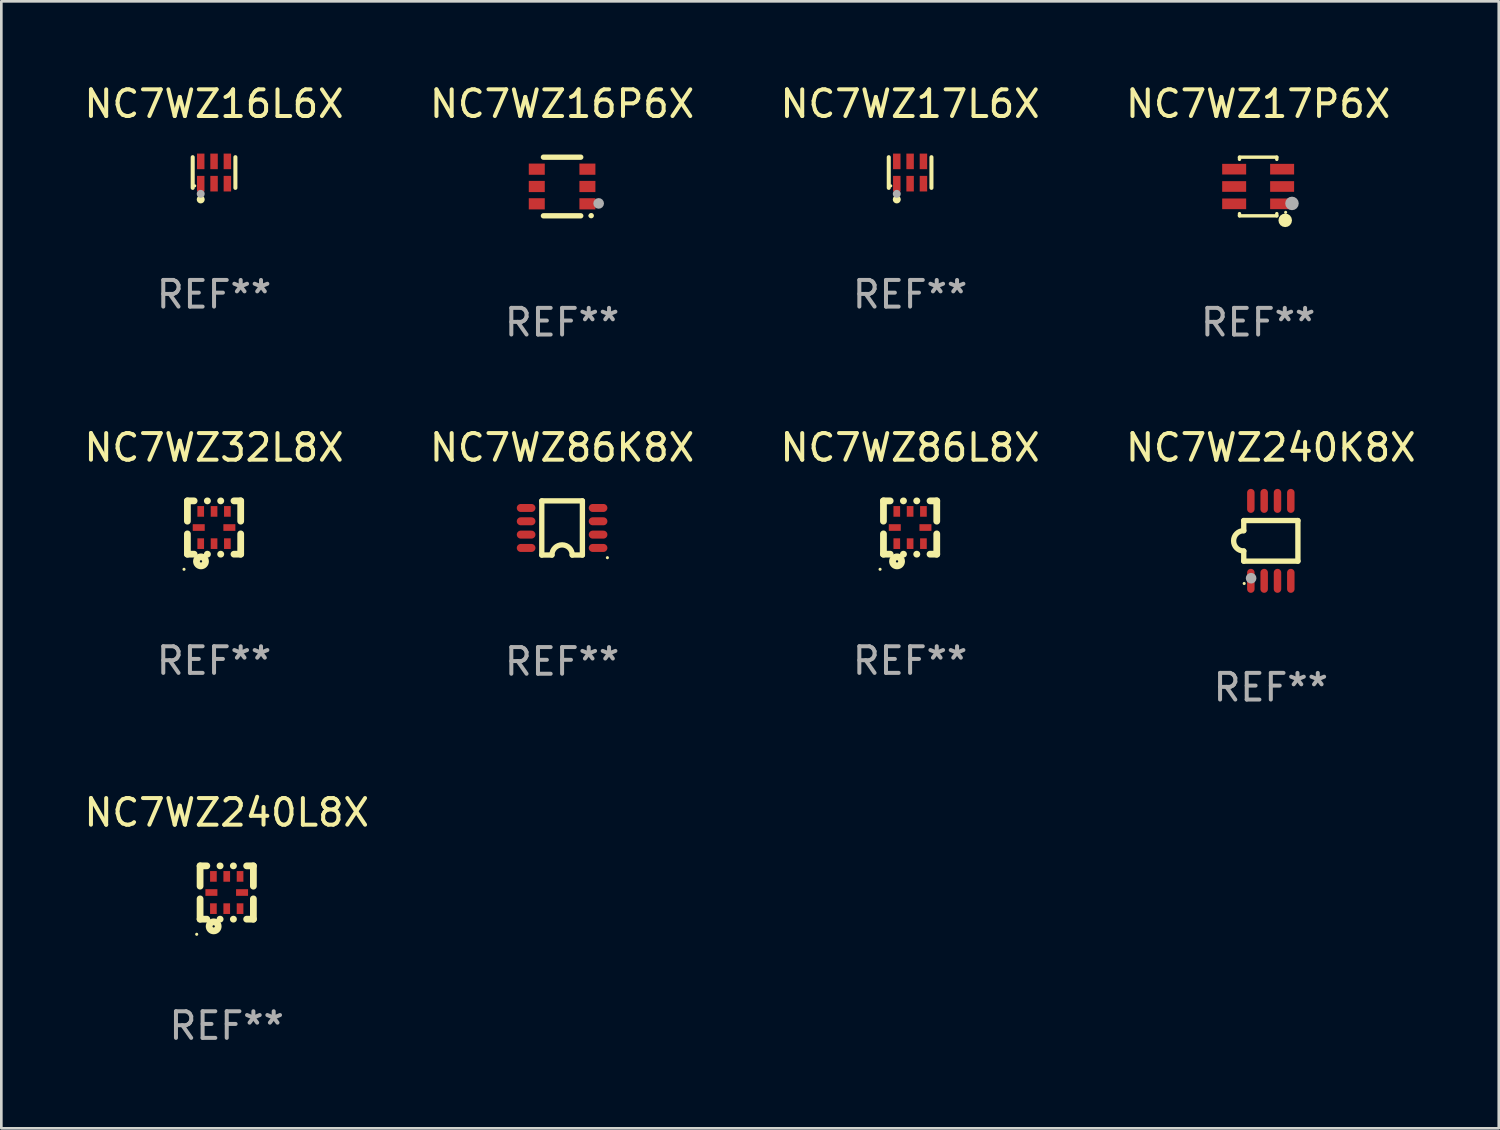
<source format=kicad_pcb>
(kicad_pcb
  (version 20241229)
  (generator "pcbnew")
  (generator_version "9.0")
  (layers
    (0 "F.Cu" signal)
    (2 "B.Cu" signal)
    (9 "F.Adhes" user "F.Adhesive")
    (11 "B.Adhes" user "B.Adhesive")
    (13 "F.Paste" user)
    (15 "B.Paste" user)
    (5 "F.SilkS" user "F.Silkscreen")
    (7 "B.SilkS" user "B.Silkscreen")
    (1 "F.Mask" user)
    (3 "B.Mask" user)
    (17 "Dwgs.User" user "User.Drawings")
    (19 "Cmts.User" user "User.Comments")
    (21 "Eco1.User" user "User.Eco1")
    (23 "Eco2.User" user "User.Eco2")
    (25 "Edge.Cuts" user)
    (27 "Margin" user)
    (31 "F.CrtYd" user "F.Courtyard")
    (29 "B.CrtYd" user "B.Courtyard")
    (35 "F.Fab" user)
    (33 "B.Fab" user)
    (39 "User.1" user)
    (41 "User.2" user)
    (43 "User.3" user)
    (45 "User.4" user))
  (footprint "NC7WZ17P6X"
    (layer "F.Cu")
    (at 44.161 3.948)
    (property "Reference" "NC7WZ17P6X" (at 0 -3.1 0) (layer "F.SilkS") (effects (font (size 1 1) (thickness 0.15))))
    (attr through_hole)
    (fp_line (start -0.7 -1.018) (end -0.7 -1.1) (stroke (width 0.127) (type solid)) (layer "F.SilkS"))
    (fp_line (start -0.7 1.1) (end -0.7 1.018) (stroke (width 0.127) (type solid)) (layer "F.SilkS"))
    (fp_line (start 0.7 -1.1) (end -0.7 -1.1) (stroke (width 0.127) (type solid)) (layer "F.SilkS"))
    (fp_line (start 0.7 -1.018) (end 0.7 -1.1) (stroke (width 0.127) (type solid)) (layer "F.SilkS"))
    (fp_line (start 0.7 1.1) (end -0.7 1.1) (stroke (width 0.127) (type solid)) (layer "F.SilkS"))
    (fp_line (start 0.7 1.1) (end 0.7 1.018) (stroke (width 0.127) (type solid)) (layer "F.SilkS"))
    (fp_circle (center 1.016 1.27) (end 1.143 1.27) (stroke (width 0.254) (type solid)) (fill no) (layer "F.SilkS"))
    (fp_circle (center 1.032 0.97) (end 1.062 0.97) (stroke (width 0.06) (type solid)) (fill no) (layer "F.SilkS"))
    (fp_circle (center 1.27 0.635) (end 1.397 0.635) (stroke (width 0.254) (type solid)) (fill no) (layer "F.Fab"))
    (fp_text user "REF**" (at 0 5.1 0) (layer "F.Fab") (effects (font (size 1 1) (thickness 0.15))))
    (pad "1" smd rect (at 0.9 0.65 90) (size 0.4 0.9) (layers "F.Cu" "F.Mask" "F.Paste"))
    (pad "2" smd rect (at 0.9 -0.000102 90) (size 0.4 0.9) (layers "F.Cu" "F.Mask" "F.Paste"))
    (pad "3" smd rect (at 0.9 -0.65 90) (size 0.4 0.9) (layers "F.Cu" "F.Mask" "F.Paste"))
    (pad "4" smd rect (at -0.9 -0.65 90) (size 0.4 0.9) (layers "F.Cu" "F.Mask" "F.Paste"))
    (pad "5" smd rect (at -0.9 -0.000102 90) (size 0.4 0.9) (layers "F.Cu" "F.Mask" "F.Paste"))
    (pad "6" smd rect (at -0.9 0.65 90) (size 0.4 0.9) (layers "F.Cu" "F.Mask" "F.Paste")))
  (footprint "NC7WZ32L8X"
    (layer "F.Cu")
    (at 4.982 16.745)
    (property "Reference" "NC7WZ32L8X" (at 0 -3 0) (layer "F.SilkS") (effects (font (size 1 1) (thickness 0.15))))
    (attr through_hole)
    (fp_line (start -1 -1) (end -0.747 -1) (stroke (width 0.254) (type solid)) (layer "F.SilkS"))
    (fp_line (start -1 -0.238) (end -1 -1) (stroke (width 0.254) (type solid)) (layer "F.SilkS"))
    (fp_line (start -1 1) (end -1 0.238) (stroke (width 0.254) (type solid)) (layer "F.SilkS"))
    (fp_line (start -0.747 1) (end -1 1) (stroke (width 0.254) (type solid)) (layer "F.SilkS"))
    (fp_line (start -0.253 -1) (end -0.247 -1) (stroke (width 0.254) (type solid)) (layer "F.SilkS"))
    (fp_line (start -0.247 1) (end -0.253 1) (stroke (width 0.254) (type solid)) (layer "F.SilkS"))
    (fp_line (start 0.247 -1) (end 0.253 -1) (stroke (width 0.254) (type solid)) (layer "F.SilkS"))
    (fp_line (start 0.253 1) (end 0.247 1) (stroke (width 0.254) (type solid)) (layer "F.SilkS"))
    (fp_line (start 0.747 -1) (end 1 -1) (stroke (width 0.254) (type solid)) (layer "F.SilkS"))
    (fp_line (start 1 -1) (end 1 -0.238) (stroke (width 0.254) (type solid)) (layer "F.SilkS"))
    (fp_line (start 1 0.238) (end 1 1) (stroke (width 0.254) (type solid)) (layer "F.SilkS"))
    (fp_line (start 1 1) (end 0.747 1) (stroke (width 0.254) (type solid)) (layer "F.SilkS"))
    (fp_circle (center -1.127 1.567) (end -1.097 1.567) (stroke (width 0.06) (type solid)) (fill no) (layer "F.SilkS"))
    (fp_circle (center -0.49 1.27) (end -0.32 1.27) (stroke (width 0.254) (type solid)) (fill no) (layer "F.SilkS"))
    (fp_text user "REF**" (at 0 5 0) (layer "F.Fab") (effects (font (size 1 1) (thickness 0.15))))
    (pad "1" smd rect (at -0.5 0.605 90) (size 0.4 0.25) (layers "F.Cu" "F.Mask" "F.Paste"))
    (pad "2" smd rect (at 0 0.605 90) (size 0.4 0.25) (layers "F.Cu" "F.Mask" "F.Paste"))
    (pad "3" smd rect (at 0.5 0.605 90) (size 0.4 0.25) (layers "F.Cu" "F.Mask" "F.Paste"))
    (pad "4" smd rect (at 0.575 0 180) (size 0.45 0.25) (layers "F.Cu" "F.Mask" "F.Paste"))
    (pad "5" smd rect (at 0.5 -0.605 270) (size 0.4 0.25) (layers "F.Cu" "F.Mask" "F.Paste"))
    (pad "6" smd rect (at 0 -0.605 270) (size 0.4 0.25) (layers "F.Cu" "F.Mask" "F.Paste"))
    (pad "7" smd rect (at -0.5 -0.605 270) (size 0.4 0.25) (layers "F.Cu" "F.Mask" "F.Paste"))
    (pad "8" smd rect (at -0.575 0) (size 0.45 0.25) (layers "F.Cu" "F.Mask" "F.Paste")))
  (footprint "NC7WZ16L6X"
    (layer "F.Cu")
    (at 4.982 3.424)
    (property "Reference" "NC7WZ16L6X" (at 0 -2.576 0) (layer "F.SilkS") (effects (font (size 1 1) (thickness 0.15))))
    (attr through_hole)
    (fp_line (start -0.801 0.576) (end -0.801 -0.576) (stroke (width 0.152) (type solid)) (layer "F.SilkS"))
    (fp_line (start 0.801 0.576) (end 0.801 -0.576) (stroke (width 0.152) (type solid)) (layer "F.SilkS"))
    (fp_circle (center -0.725 0.5) (end -0.695 0.5) (stroke (width 0.06) (type solid)) (fill no) (layer "F.SilkS"))
    (fp_circle (center -0.5 1.01) (end -0.425 1.01) (stroke (width 0.15) (type solid)) (fill no) (layer "F.SilkS"))
    (fp_circle (center -0.5 0.8) (end -0.425 0.8) (stroke (width 0.15) (type solid)) (fill no) (layer "F.Fab"))
    (fp_text user "REF**" (at 0 4.576 0) (layer "F.Fab") (effects (font (size 1 1) (thickness 0.15))))
    (pad "1" smd rect (at -0.5 0.418) (size 0.28 0.585) (layers "F.Cu" "F.Mask" "F.Paste"))
    (pad "2" smd rect (at 0 0.418) (size 0.28 0.585) (layers "F.Cu" "F.Mask" "F.Paste"))
    (pad "3" smd rect (at 0.5 0.418) (size 0.28 0.585) (layers "F.Cu" "F.Mask" "F.Paste"))
    (pad "4" smd rect (at 0.5 -0.418) (size 0.28 0.585) (layers "F.Cu" "F.Mask" "F.Paste"))
    (pad "5" smd rect (at 0 -0.418) (size 0.28 0.585) (layers "F.Cu" "F.Mask" "F.Paste"))
    (pad "6" smd rect (at -0.5 -0.418) (size 0.28 0.585) (layers "F.Cu" "F.Mask" "F.Paste")))
  (footprint "NC7WZ240L8X"
    (layer "F.Cu")
    (at 5.458 30.441)
    (property "Reference" "NC7WZ240L8X" (at 0 -3 0) (layer "F.SilkS") (effects (font (size 1 1) (thickness 0.15))))
    (attr through_hole)
    (fp_line (start -1 -1) (end -0.747 -1) (stroke (width 0.254) (type solid)) (layer "F.SilkS"))
    (fp_line (start -1 -0.238) (end -1 -1) (stroke (width 0.254) (type solid)) (layer "F.SilkS"))
    (fp_line (start -1 1) (end -1 0.238) (stroke (width 0.254) (type solid)) (layer "F.SilkS"))
    (fp_line (start -0.747 1) (end -1 1) (stroke (width 0.254) (type solid)) (layer "F.SilkS"))
    (fp_line (start -0.253 -1) (end -0.247 -1) (stroke (width 0.254) (type solid)) (layer "F.SilkS"))
    (fp_line (start -0.247 1) (end -0.253 1) (stroke (width 0.254) (type solid)) (layer "F.SilkS"))
    (fp_line (start 0.247 -1) (end 0.253 -1) (stroke (width 0.254) (type solid)) (layer "F.SilkS"))
    (fp_line (start 0.253 1) (end 0.247 1) (stroke (width 0.254) (type solid)) (layer "F.SilkS"))
    (fp_line (start 0.747 -1) (end 1 -1) (stroke (width 0.254) (type solid)) (layer "F.SilkS"))
    (fp_line (start 1 -1) (end 1 -0.238) (stroke (width 0.254) (type solid)) (layer "F.SilkS"))
    (fp_line (start 1 0.238) (end 1 1) (stroke (width 0.254) (type solid)) (layer "F.SilkS"))
    (fp_line (start 1 1) (end 0.747 1) (stroke (width 0.254) (type solid)) (layer "F.SilkS"))
    (fp_circle (center -1.127 1.567) (end -1.097 1.567) (stroke (width 0.06) (type solid)) (fill no) (layer "F.SilkS"))
    (fp_circle (center -0.49 1.27) (end -0.32 1.27) (stroke (width 0.254) (type solid)) (fill no) (layer "F.SilkS"))
    (fp_text user "REF**" (at 0 5 0) (layer "F.Fab") (effects (font (size 1 1) (thickness 0.15))))
    (pad "1" smd rect (at -0.5 0.605 90) (size 0.4 0.25) (layers "F.Cu" "F.Mask" "F.Paste"))
    (pad "2" smd rect (at 0 0.605 90) (size 0.4 0.25) (layers "F.Cu" "F.Mask" "F.Paste"))
    (pad "3" smd rect (at 0.5 0.605 90) (size 0.4 0.25) (layers "F.Cu" "F.Mask" "F.Paste"))
    (pad "4" smd rect (at 0.575 0 180) (size 0.45 0.25) (layers "F.Cu" "F.Mask" "F.Paste"))
    (pad "5" smd rect (at 0.5 -0.605 270) (size 0.4 0.25) (layers "F.Cu" "F.Mask" "F.Paste"))
    (pad "6" smd rect (at 0 -0.605 270) (size 0.4 0.25) (layers "F.Cu" "F.Mask" "F.Paste"))
    (pad "7" smd rect (at -0.5 -0.605 270) (size 0.4 0.25) (layers "F.Cu" "F.Mask" "F.Paste"))
    (pad "8" smd rect (at -0.575 0) (size 0.45 0.25) (layers "F.Cu" "F.Mask" "F.Paste")))
  (footprint "NC7WZ240K8X"
    (layer "F.Cu")
    (at 44.637 17.245)
    (property "Reference" "NC7WZ240K8X" (at 0 -3.5 0) (layer "F.SilkS") (effects (font (size 1 1) (thickness 0.15))))
    (attr through_hole)
    (fp_line (start -1.016 -0.762) (end 1.016 -0.762) (stroke (width 0.2) (type solid)) (layer "F.SilkS"))
    (fp_line (start -1.016 -0.381) (end -1.016 -0.762) (stroke (width 0.2) (type solid)) (layer "F.SilkS"))
    (fp_line (start -1.016 0.762) (end -1.016 0.381) (stroke (width 0.2) (type solid)) (layer "F.SilkS"))
    (fp_line (start 1.016 -0.762) (end 1.016 0.762) (stroke (width 0.2) (type solid)) (layer "F.SilkS"))
    (fp_line (start 1.016 0.762) (end -1.016 0.762) (stroke (width 0.2) (type solid)) (layer "F.SilkS"))
    (fp_arc (start -1.016002 0.381001) (mid -1.396698 -0.000025) (end -1.016002 -0.381051) (stroke (width 0.2) (type solid)) (layer "F.SilkS"))
    (fp_circle (center -1 1.6) (end -0.97 1.6) (stroke (width 0.06) (type solid)) (fill no) (layer "F.SilkS"))
    (fp_circle (center -0.74 1.402) (end -0.64 1.402) (stroke (width 0.2) (type solid)) (fill no) (layer "F.Fab"))
    (fp_text user "REF**" (at 0 5.5 0) (layer "F.Fab") (effects (font (size 1 1) (thickness 0.15))))
    (pad "1" smd oval (at -0.75 1.5) (size 0.28 0.9) (layers "F.Cu" "F.Mask" "F.Paste"))
    (pad "2" smd oval (at -0.25 1.5) (size 0.28 0.9) (layers "F.Cu" "F.Mask" "F.Paste"))
    (pad "3" smd oval (at 0.25 1.5) (size 0.28 0.9) (layers "F.Cu" "F.Mask" "F.Paste"))
    (pad "4" smd oval (at 0.75 1.5) (size 0.28 0.9) (layers "F.Cu" "F.Mask" "F.Paste"))
    (pad "5" smd oval (at 0.75 -1.5) (size 0.28 0.9) (layers "F.Cu" "F.Mask" "F.Paste"))
    (pad "6" smd oval (at 0.25 -1.5) (size 0.28 0.9) (layers "F.Cu" "F.Mask" "F.Paste"))
    (pad "7" smd oval (at -0.25 -1.5) (size 0.28 0.9) (layers "F.Cu" "F.Mask" "F.Paste"))
    (pad "8" smd oval (at -0.75 -1.5) (size 0.28 0.9) (layers "F.Cu" "F.Mask" "F.Paste")))
  (footprint "NC7WZ17L6X"
    (layer "F.Cu")
    (at 31.101 3.424)
    (property "Reference" "NC7WZ17L6X" (at 0 -2.576 0) (layer "F.SilkS") (effects (font (size 1 1) (thickness 0.15))))
    (attr through_hole)
    (fp_line (start -0.801 0.576) (end -0.801 -0.576) (stroke (width 0.152) (type solid)) (layer "F.SilkS"))
    (fp_line (start 0.801 0.576) (end 0.801 -0.576) (stroke (width 0.152) (type solid)) (layer "F.SilkS"))
    (fp_circle (center -0.725 0.5) (end -0.695 0.5) (stroke (width 0.06) (type solid)) (fill no) (layer "F.SilkS"))
    (fp_circle (center -0.5 1.01) (end -0.425 1.01) (stroke (width 0.15) (type solid)) (fill no) (layer "F.SilkS"))
    (fp_circle (center -0.5 0.8) (end -0.425 0.8) (stroke (width 0.15) (type solid)) (fill no) (layer "F.Fab"))
    (fp_text user "REF**" (at 0 4.576 0) (layer "F.Fab") (effects (font (size 1 1) (thickness 0.15))))
    (pad "1" smd rect (at -0.5 0.418) (size 0.28 0.585) (layers "F.Cu" "F.Mask" "F.Paste"))
    (pad "2" smd rect (at 0 0.418) (size 0.28 0.585) (layers "F.Cu" "F.Mask" "F.Paste"))
    (pad "3" smd rect (at 0.5 0.418) (size 0.28 0.585) (layers "F.Cu" "F.Mask" "F.Paste"))
    (pad "4" smd rect (at 0.5 -0.418) (size 0.28 0.585) (layers "F.Cu" "F.Mask" "F.Paste"))
    (pad "5" smd rect (at 0 -0.418) (size 0.28 0.585) (layers "F.Cu" "F.Mask" "F.Paste"))
    (pad "6" smd rect (at -0.5 -0.418) (size 0.28 0.585) (layers "F.Cu" "F.Mask" "F.Paste")))
  (footprint "NC7WZ16P6X"
    (layer "F.Cu")
    (at 18.042 3.948)
    (property "Reference" "NC7WZ16P6X" (at 0 -3.1 0) (layer "F.SilkS") (effects (font (size 1 1) (thickness 0.15))))
    (attr through_hole)
    (fp_line (start -0.7 -1.1) (end 0.7 -1.1) (stroke (width 0.2) (type solid)) (layer "F.SilkS"))
    (fp_line (start -0.7 1.1) (end 0.7 1.1) (stroke (width 0.2) (type solid)) (layer "F.SilkS"))
    (fp_arc (start 1.090932 1.094209) (mid 1.092202 1.094203) (end 1.093472 1.094209) (stroke (width 0.2) (type solid)) (layer "F.SilkS"))
    (fp_circle (center 1.053 1.1) (end 1.083 1.1) (stroke (width 0.06) (type solid)) (fill no) (layer "F.SilkS"))
    (fp_circle (center 1.372 0.635) (end 1.472 0.635) (stroke (width 0.2) (type solid)) (fill no) (layer "F.Fab"))
    (fp_text user "REF**" (at 0 5.1 0) (layer "F.Fab") (effects (font (size 1 1) (thickness 0.15))))
    (pad "1" smd rect (at 0.95 0.65 90) (size 0.42 0.6) (layers "F.Cu" "F.Mask" "F.Paste"))
    (pad "2" smd rect (at 0.95 0 90) (size 0.42 0.6) (layers "F.Cu" "F.Mask" "F.Paste"))
    (pad "3" smd rect (at 0.95 -0.65 90) (size 0.42 0.6) (layers "F.Cu" "F.Mask" "F.Paste"))
    (pad "4" smd rect (at -0.95 -0.65 270) (size 0.42 0.6) (layers "F.Cu" "F.Mask" "F.Paste"))
    (pad "5" smd rect (at -0.95 0 270) (size 0.42 0.6) (layers "F.Cu" "F.Mask" "F.Paste"))
    (pad "6" smd rect (at -0.95 0.65 270) (size 0.42 0.6) (layers "F.Cu" "F.Mask" "F.Paste")))
  (footprint "NC7WZ86L8X"
    (layer "F.Cu")
    (at 31.101 16.745)
    (property "Reference" "NC7WZ86L8X" (at 0 -3 0) (layer "F.SilkS") (effects (font (size 1 1) (thickness 0.15))))
    (attr through_hole)
    (fp_line (start -1 -1) (end -0.747 -1) (stroke (width 0.254) (type solid)) (layer "F.SilkS"))
    (fp_line (start -1 -0.238) (end -1 -1) (stroke (width 0.254) (type solid)) (layer "F.SilkS"))
    (fp_line (start -1 1) (end -1 0.238) (stroke (width 0.254) (type solid)) (layer "F.SilkS"))
    (fp_line (start -0.747 1) (end -1 1) (stroke (width 0.254) (type solid)) (layer "F.SilkS"))
    (fp_line (start -0.253 -1) (end -0.247 -1) (stroke (width 0.254) (type solid)) (layer "F.SilkS"))
    (fp_line (start -0.247 1) (end -0.253 1) (stroke (width 0.254) (type solid)) (layer "F.SilkS"))
    (fp_line (start 0.247 -1) (end 0.253 -1) (stroke (width 0.254) (type solid)) (layer "F.SilkS"))
    (fp_line (start 0.253 1) (end 0.247 1) (stroke (width 0.254) (type solid)) (layer "F.SilkS"))
    (fp_line (start 0.747 -1) (end 1 -1) (stroke (width 0.254) (type solid)) (layer "F.SilkS"))
    (fp_line (start 1 -1) (end 1 -0.238) (stroke (width 0.254) (type solid)) (layer "F.SilkS"))
    (fp_line (start 1 0.238) (end 1 1) (stroke (width 0.254) (type solid)) (layer "F.SilkS"))
    (fp_line (start 1 1) (end 0.747 1) (stroke (width 0.254) (type solid)) (layer "F.SilkS"))
    (fp_circle (center -1.127 1.567) (end -1.097 1.567) (stroke (width 0.06) (type solid)) (fill no) (layer "F.SilkS"))
    (fp_circle (center -0.49 1.27) (end -0.32 1.27) (stroke (width 0.254) (type solid)) (fill no) (layer "F.SilkS"))
    (fp_text user "REF**" (at 0 5 0) (layer "F.Fab") (effects (font (size 1 1) (thickness 0.15))))
    (pad "1" smd rect (at -0.5 0.605 90) (size 0.4 0.25) (layers "F.Cu" "F.Mask" "F.Paste"))
    (pad "2" smd rect (at 0 0.605 90) (size 0.4 0.25) (layers "F.Cu" "F.Mask" "F.Paste"))
    (pad "3" smd rect (at 0.5 0.605 90) (size 0.4 0.25) (layers "F.Cu" "F.Mask" "F.Paste"))
    (pad "4" smd rect (at 0.575 0 180) (size 0.45 0.25) (layers "F.Cu" "F.Mask" "F.Paste"))
    (pad "5" smd rect (at 0.5 -0.605 270) (size 0.4 0.25) (layers "F.Cu" "F.Mask" "F.Paste"))
    (pad "6" smd rect (at 0 -0.605 270) (size 0.4 0.25) (layers "F.Cu" "F.Mask" "F.Paste"))
    (pad "7" smd rect (at -0.5 -0.605 270) (size 0.4 0.25) (layers "F.Cu" "F.Mask" "F.Paste"))
    (pad "8" smd rect (at -0.575 0) (size 0.45 0.25) (layers "F.Cu" "F.Mask" "F.Paste")))
  (footprint "NC7WZ86K8X"
    (layer "F.Cu")
    (at 18.042 16.761)
    (property "Reference" "NC7WZ86K8X" (at 0 -3.016 0) (layer "F.SilkS") (effects (font (size 1 1) (thickness 0.15))))
    (attr through_hole)
    (fp_line (start -0.762 -1.016) (end 0.762 -1.016) (stroke (width 0.2) (type solid)) (layer "F.SilkS"))
    (fp_line (start -0.762 1.016) (end -0.762 -1.016) (stroke (width 0.2) (type solid)) (layer "F.SilkS"))
    (fp_line (start -0.381 1.016) (end -0.762 1.016) (stroke (width 0.2) (type solid)) (layer "F.SilkS"))
    (fp_line (start 0.762 -1.016) (end 0.762 1.016) (stroke (width 0.2) (type solid)) (layer "F.SilkS"))
    (fp_line (start 0.762 1.016) (end 0.381 1.016) (stroke (width 0.2) (type solid)) (layer "F.SilkS"))
    (fp_arc (start -0.381051 1.015977) (mid -0.000025 0.635281) (end 0.381001 1.015977) (stroke (width 0.2) (type solid)) (layer "F.SilkS"))
    (fp_circle (center 1.7 1.116) (end 1.73 1.116) (stroke (width 0.06) (type solid)) (fill no) (layer "F.SilkS"))
    (fp_text user "REF**" (at 0 5.016 0) (layer "F.Fab") (effects (font (size 1 1) (thickness 0.15))))
    (pad "1" smd oval (at 1.35 0.75 90) (size 0.3 0.7) (layers "F.Cu" "F.Mask" "F.Paste"))
    (pad "2" smd oval (at 1.35 0.25 90) (size 0.3 0.7) (layers "F.Cu" "F.Mask" "F.Paste"))
    (pad "3" smd oval (at 1.35 -0.25 90) (size 0.3 0.7) (layers "F.Cu" "F.Mask" "F.Paste"))
    (pad "4" smd oval (at 1.35 -0.75 90) (size 0.3 0.7) (layers "F.Cu" "F.Mask" "F.Paste"))
    (pad "5" smd oval (at -1.35 -0.75 90) (size 0.3 0.7) (layers "F.Cu" "F.Mask" "F.Paste"))
    (pad "6" smd oval (at -1.35 -0.25 90) (size 0.3 0.7) (layers "F.Cu" "F.Mask" "F.Paste"))
    (pad "7" smd oval (at -1.35 0.25 90) (size 0.3 0.7) (layers "F.Cu" "F.Mask" "F.Paste"))
    (pad "8" smd oval (at -1.35 0.75 90) (size 0.3 0.7) (layers "F.Cu" "F.Mask" "F.Paste")))
  (gr_rect
    (start -3 -3)
    (end 53.19 39.289)
    (stroke (width 0.1) (type default))
    (fill no)
    (layer "Edge.Cuts")))
</source>
